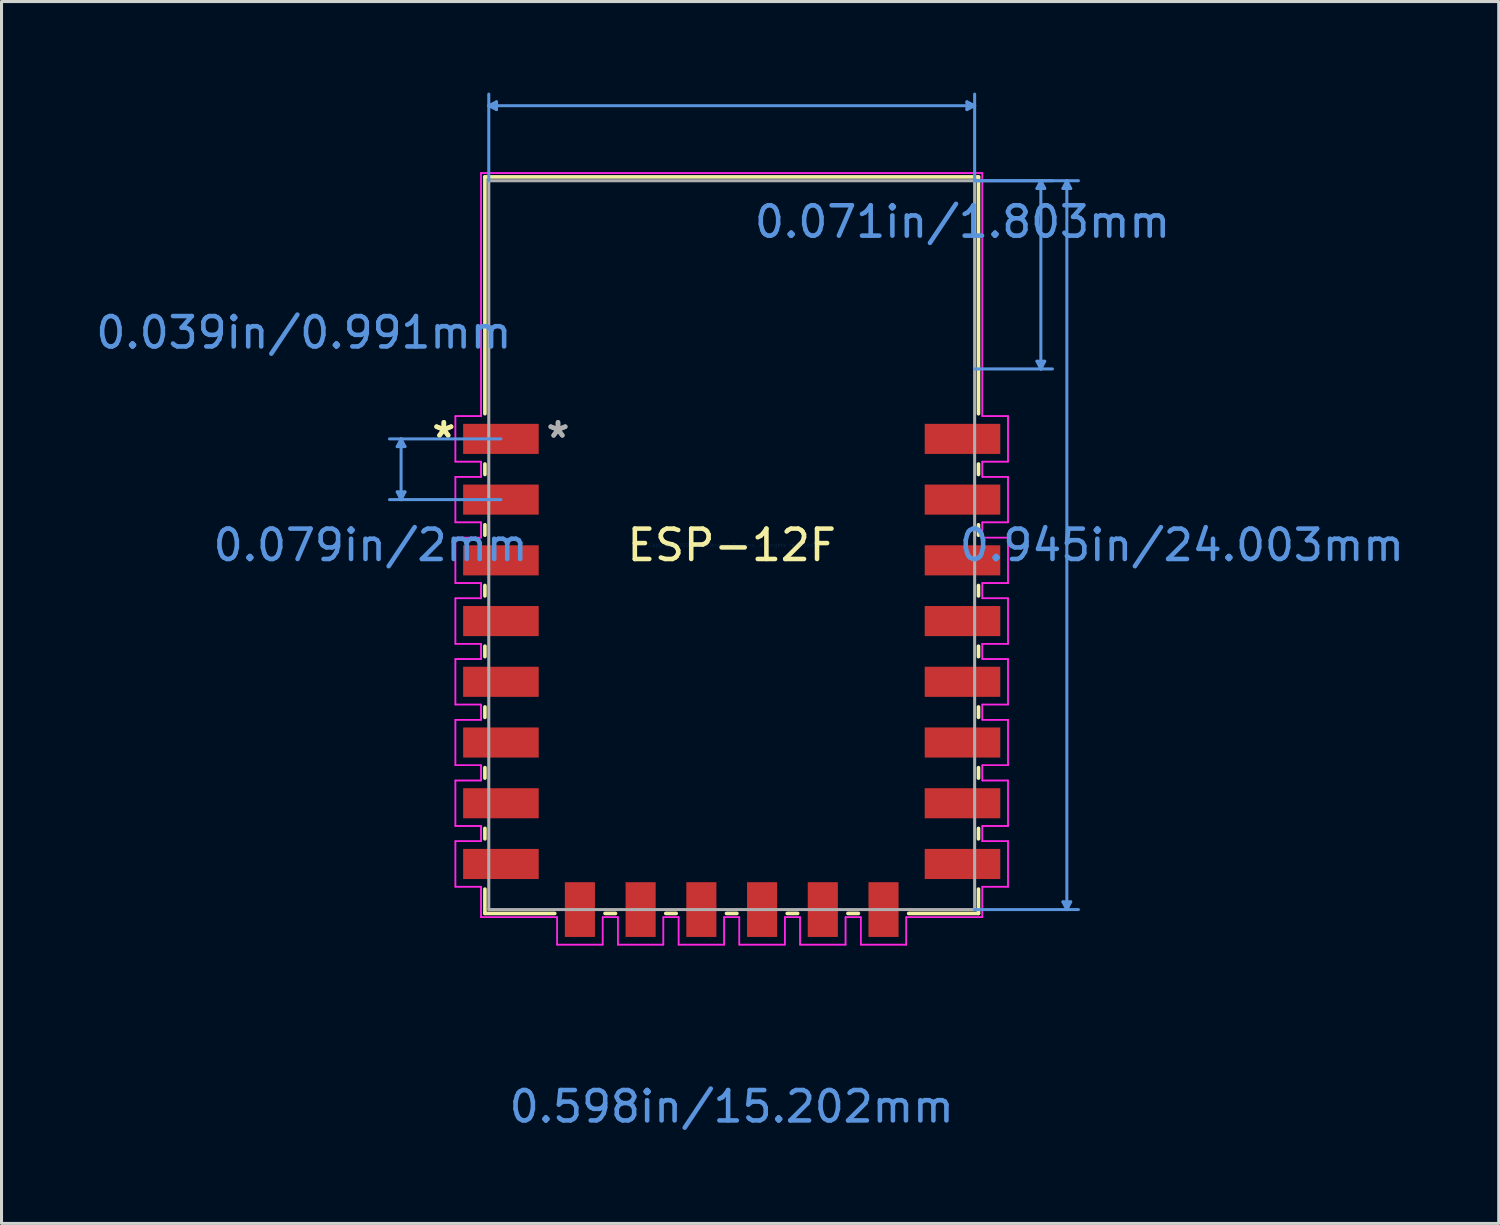
<source format=kicad_pcb>
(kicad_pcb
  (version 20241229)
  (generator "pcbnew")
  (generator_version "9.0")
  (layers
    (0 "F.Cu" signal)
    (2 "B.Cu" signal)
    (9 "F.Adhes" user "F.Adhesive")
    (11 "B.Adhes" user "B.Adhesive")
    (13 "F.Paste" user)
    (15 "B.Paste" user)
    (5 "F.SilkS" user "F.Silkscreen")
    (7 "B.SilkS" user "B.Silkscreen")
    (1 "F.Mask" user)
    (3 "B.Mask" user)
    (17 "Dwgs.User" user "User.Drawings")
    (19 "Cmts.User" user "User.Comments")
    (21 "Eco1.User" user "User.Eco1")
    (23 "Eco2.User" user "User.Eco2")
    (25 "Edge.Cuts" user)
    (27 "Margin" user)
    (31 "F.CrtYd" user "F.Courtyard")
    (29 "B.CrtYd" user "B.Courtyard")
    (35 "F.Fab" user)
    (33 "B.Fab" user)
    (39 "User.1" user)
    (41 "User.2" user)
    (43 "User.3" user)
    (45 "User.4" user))
  (footprint "ESP-12F"
    (layer "F.Cu")
    (at 21.049 14.905)
    (property "Reference" "ESP-12F" (at 0 0 0) (layer "F.SilkS") (effects (font (size 1 1) (thickness 0.15))))
    (attr through_hole)
    (fp_line (start -8.128 -12.129) (end 8.128 -12.129) (stroke (width 0.12) (type solid)) (layer "F.SilkS"))
    (fp_line (start -8.128 -4.328) (end -8.128 -12.129) (stroke (width 0.12) (type solid)) (layer "F.SilkS"))
    (fp_line (start -8.128 -2.328) (end -8.128 -2.672) (stroke (width 0.12) (type solid)) (layer "F.SilkS"))
    (fp_line (start -8.128 -0.328) (end -8.128 -0.672) (stroke (width 0.12) (type solid)) (layer "F.SilkS"))
    (fp_line (start -8.128 1.672) (end -8.128 1.328) (stroke (width 0.12) (type solid)) (layer "F.SilkS"))
    (fp_line (start -8.128 3.672) (end -8.128 3.328) (stroke (width 0.12) (type solid)) (layer "F.SilkS"))
    (fp_line (start -8.128 5.672) (end -8.128 5.328) (stroke (width 0.12) (type solid)) (layer "F.SilkS"))
    (fp_line (start -8.128 7.672) (end -8.128 7.328) (stroke (width 0.12) (type solid)) (layer "F.SilkS"))
    (fp_line (start -8.128 9.672) (end -8.128 9.328) (stroke (width 0.12) (type solid)) (layer "F.SilkS"))
    (fp_line (start -8.128 12.129) (end -8.128 11.328) (stroke (width 0.12) (type solid)) (layer "F.SilkS"))
    (fp_line (start -5.828 12.129) (end -8.128 12.129) (stroke (width 0.12) (type solid)) (layer "F.SilkS"))
    (fp_line (start -3.828 12.129) (end -4.172 12.129) (stroke (width 0.12) (type solid)) (layer "F.SilkS"))
    (fp_line (start -1.828 12.129) (end -2.172 12.129) (stroke (width 0.12) (type solid)) (layer "F.SilkS"))
    (fp_line (start 0.172 12.129) (end -0.172 12.129) (stroke (width 0.12) (type solid)) (layer "F.SilkS"))
    (fp_line (start 2.172 12.129) (end 1.828 12.129) (stroke (width 0.12) (type solid)) (layer "F.SilkS"))
    (fp_line (start 4.172 12.129) (end 3.828 12.129) (stroke (width 0.12) (type solid)) (layer "F.SilkS"))
    (fp_line (start 8.128 -12.129) (end 8.128 -4.328) (stroke (width 0.12) (type solid)) (layer "F.SilkS"))
    (fp_line (start 8.128 -2.672) (end 8.128 -2.328) (stroke (width 0.12) (type solid)) (layer "F.SilkS"))
    (fp_line (start 8.128 -0.672) (end 8.128 -0.328) (stroke (width 0.12) (type solid)) (layer "F.SilkS"))
    (fp_line (start 8.128 1.328) (end 8.128 1.672) (stroke (width 0.12) (type solid)) (layer "F.SilkS"))
    (fp_line (start 8.128 3.328) (end 8.128 3.672) (stroke (width 0.12) (type solid)) (layer "F.SilkS"))
    (fp_line (start 8.128 5.328) (end 8.128 5.672) (stroke (width 0.12) (type solid)) (layer "F.SilkS"))
    (fp_line (start 8.128 7.328) (end 8.128 7.672) (stroke (width 0.12) (type solid)) (layer "F.SilkS"))
    (fp_line (start 8.128 9.328) (end 8.128 9.672) (stroke (width 0.12) (type solid)) (layer "F.SilkS"))
    (fp_line (start 8.128 11.328) (end 8.128 12.129) (stroke (width 0.12) (type solid)) (layer "F.SilkS"))
    (fp_line (start 8.128 12.129) (end 5.828 12.129) (stroke (width 0.12) (type solid)) (layer "F.SilkS"))
    (fp_line (start -11.016 -1.754) (end -10.889 -1.5) (stroke (width 0.1) (type solid)) (layer "Cmts.User"))
    (fp_line (start -11.016 -3.246) (end -10.889 -3.5) (stroke (width 0.1) (type solid)) (layer "Cmts.User"))
    (fp_line (start -11.016 -3.246) (end -10.762 -3.246) (stroke (width 0.1) (type solid)) (layer "Cmts.User"))
    (fp_line (start -10.889 -3.5) (end -10.889 -1.5) (stroke (width 0.1) (type solid)) (layer "Cmts.User"))
    (fp_line (start -10.762 -1.754) (end -11.016 -1.754) (stroke (width 0.1) (type solid)) (layer "Cmts.User"))
    (fp_line (start -10.762 -1.754) (end -10.889 -1.5) (stroke (width 0.1) (type solid)) (layer "Cmts.User"))
    (fp_line (start -10.762 -3.246) (end -10.889 -3.5) (stroke (width 0.1) (type solid)) (layer "Cmts.User"))
    (fp_line (start -8.001 -14.474) (end 8.001 -14.474) (stroke (width 0.1) (type solid)) (layer "Cmts.User"))
    (fp_line (start -8.001 -12.002) (end -8.001 -14.855) (stroke (width 0.1) (type solid)) (layer "Cmts.User"))
    (fp_line (start -7.747 -14.347) (end -8.001 -14.474) (stroke (width 0.1) (type solid)) (layer "Cmts.User"))
    (fp_line (start -7.747 -14.347) (end -7.747 -14.601) (stroke (width 0.1) (type solid)) (layer "Cmts.User"))
    (fp_line (start -7.747 -14.601) (end -8.001 -14.474) (stroke (width 0.1) (type solid)) (layer "Cmts.User"))
    (fp_line (start -7.601 -3.5) (end -11.27 -3.5) (stroke (width 0.1) (type solid)) (layer "Cmts.User"))
    (fp_line (start -7.601 -1.5) (end -11.27 -1.5) (stroke (width 0.1) (type solid)) (layer "Cmts.User"))
    (fp_line (start 7.747 -14.347) (end 8.001 -14.474) (stroke (width 0.1) (type solid)) (layer "Cmts.User"))
    (fp_line (start 7.747 -14.601) (end 7.747 -14.347) (stroke (width 0.1) (type solid)) (layer "Cmts.User"))
    (fp_line (start 7.747 -14.601) (end 8.001 -14.474) (stroke (width 0.1) (type solid)) (layer "Cmts.User"))
    (fp_line (start 8.001 -12.002) (end 8.001 -14.855) (stroke (width 0.1) (type solid)) (layer "Cmts.User"))
    (fp_line (start 8.001 -12.002) (end 10.563 -12.002) (stroke (width 0.1) (type solid)) (layer "Cmts.User"))
    (fp_line (start 8.001 -12.002) (end 11.419 -12.002) (stroke (width 0.1) (type solid)) (layer "Cmts.User"))
    (fp_line (start 8.001 -5.804) (end 10.563 -5.804) (stroke (width 0.1) (type solid)) (layer "Cmts.User"))
    (fp_line (start 8.001 12.002) (end 11.419 12.002) (stroke (width 0.1) (type solid)) (layer "Cmts.User"))
    (fp_line (start 10.055 -6.058) (end 10.182 -5.804) (stroke (width 0.1) (type solid)) (layer "Cmts.User"))
    (fp_line (start 10.055 -11.748) (end 10.182 -12.002) (stroke (width 0.1) (type solid)) (layer "Cmts.User"))
    (fp_line (start 10.055 -11.748) (end 10.309 -11.748) (stroke (width 0.1) (type solid)) (layer "Cmts.User"))
    (fp_line (start 10.182 -12.002) (end 10.182 -5.804) (stroke (width 0.1) (type solid)) (layer "Cmts.User"))
    (fp_line (start 10.309 -6.058) (end 10.055 -6.058) (stroke (width 0.1) (type solid)) (layer "Cmts.User"))
    (fp_line (start 10.309 -6.058) (end 10.182 -5.804) (stroke (width 0.1) (type solid)) (layer "Cmts.User"))
    (fp_line (start 10.309 -11.748) (end 10.182 -12.002) (stroke (width 0.1) (type solid)) (layer "Cmts.User"))
    (fp_line (start 10.911 11.748) (end 11.038 12.002) (stroke (width 0.1) (type solid)) (layer "Cmts.User"))
    (fp_line (start 10.911 -11.748) (end 11.038 -12.002) (stroke (width 0.1) (type solid)) (layer "Cmts.User"))
    (fp_line (start 10.911 -11.748) (end 11.165 -11.748) (stroke (width 0.1) (type solid)) (layer "Cmts.User"))
    (fp_line (start 11.038 -12.002) (end 11.038 12.002) (stroke (width 0.1) (type solid)) (layer "Cmts.User"))
    (fp_line (start 11.165 11.748) (end 10.911 11.748) (stroke (width 0.1) (type solid)) (layer "Cmts.User"))
    (fp_line (start 11.165 11.748) (end 11.038 12.002) (stroke (width 0.1) (type solid)) (layer "Cmts.User"))
    (fp_line (start 11.165 -11.748) (end 11.038 -12.002) (stroke (width 0.1) (type solid)) (layer "Cmts.User"))
    (fp_line (start -9.1 -4.249) (end -9.1 -2.751) (stroke (width 0.05) (type solid)) (layer "F.CrtYd"))
    (fp_line (start -9.1 -4.249) (end -9.1 -2.751) (stroke (width 0.05) (type solid)) (layer "F.CrtYd"))
    (fp_line (start -9.1 -2.751) (end -8.255 -2.751) (stroke (width 0.05) (type solid)) (layer "F.CrtYd"))
    (fp_line (start -9.1 -2.751) (end -8.255 -2.751) (stroke (width 0.05) (type solid)) (layer "F.CrtYd"))
    (fp_line (start -9.1 -2.249) (end -9.1 -0.751) (stroke (width 0.05) (type solid)) (layer "F.CrtYd"))
    (fp_line (start -9.1 -2.249) (end -9.1 -0.751) (stroke (width 0.05) (type solid)) (layer "F.CrtYd"))
    (fp_line (start -9.1 -0.751) (end -8.255 -0.751) (stroke (width 0.05) (type solid)) (layer "F.CrtYd"))
    (fp_line (start -9.1 -0.751) (end -8.255 -0.751) (stroke (width 0.05) (type solid)) (layer "F.CrtYd"))
    (fp_line (start -9.1 -0.249) (end -9.1 1.249) (stroke (width 0.05) (type solid)) (layer "F.CrtYd"))
    (fp_line (start -9.1 -0.249) (end -9.1 1.249) (stroke (width 0.05) (type solid)) (layer "F.CrtYd"))
    (fp_line (start -9.1 1.249) (end -8.255 1.249) (stroke (width 0.05) (type solid)) (layer "F.CrtYd"))
    (fp_line (start -9.1 1.249) (end -8.255 1.249) (stroke (width 0.05) (type solid)) (layer "F.CrtYd"))
    (fp_line (start -9.1 1.751) (end -9.1 3.249) (stroke (width 0.05) (type solid)) (layer "F.CrtYd"))
    (fp_line (start -9.1 1.751) (end -9.1 3.249) (stroke (width 0.05) (type solid)) (layer "F.CrtYd"))
    (fp_line (start -9.1 3.249) (end -8.255 3.249) (stroke (width 0.05) (type solid)) (layer "F.CrtYd"))
    (fp_line (start -9.1 3.249) (end -8.255 3.249) (stroke (width 0.05) (type solid)) (layer "F.CrtYd"))
    (fp_line (start -9.1 3.751) (end -9.1 5.249) (stroke (width 0.05) (type solid)) (layer "F.CrtYd"))
    (fp_line (start -9.1 3.751) (end -9.1 5.249) (stroke (width 0.05) (type solid)) (layer "F.CrtYd"))
    (fp_line (start -9.1 5.249) (end -8.255 5.249) (stroke (width 0.05) (type solid)) (layer "F.CrtYd"))
    (fp_line (start -9.1 5.249) (end -8.255 5.249) (stroke (width 0.05) (type solid)) (layer "F.CrtYd"))
    (fp_line (start -9.1 5.751) (end -9.1 7.249) (stroke (width 0.05) (type solid)) (layer "F.CrtYd"))
    (fp_line (start -9.1 5.751) (end -9.1 7.249) (stroke (width 0.05) (type solid)) (layer "F.CrtYd"))
    (fp_line (start -9.1 7.249) (end -8.255 7.249) (stroke (width 0.05) (type solid)) (layer "F.CrtYd"))
    (fp_line (start -9.1 7.249) (end -8.255 7.249) (stroke (width 0.05) (type solid)) (layer "F.CrtYd"))
    (fp_line (start -9.1 7.751) (end -9.1 9.249) (stroke (width 0.05) (type solid)) (layer "F.CrtYd"))
    (fp_line (start -9.1 7.751) (end -9.1 9.249) (stroke (width 0.05) (type solid)) (layer "F.CrtYd"))
    (fp_line (start -9.1 9.249) (end -8.255 9.249) (stroke (width 0.05) (type solid)) (layer "F.CrtYd"))
    (fp_line (start -9.1 9.249) (end -8.255 9.249) (stroke (width 0.05) (type solid)) (layer "F.CrtYd"))
    (fp_line (start -9.1 9.751) (end -9.1 11.249) (stroke (width 0.05) (type solid)) (layer "F.CrtYd"))
    (fp_line (start -9.1 9.751) (end -9.1 11.249) (stroke (width 0.05) (type solid)) (layer "F.CrtYd"))
    (fp_line (start -9.1 11.249) (end -8.255 11.249) (stroke (width 0.05) (type solid)) (layer "F.CrtYd"))
    (fp_line (start -9.1 11.249) (end -8.255 11.249) (stroke (width 0.05) (type solid)) (layer "F.CrtYd"))
    (fp_line (start -8.255 -12.255) (end -8.255 -4.249) (stroke (width 0.05) (type solid)) (layer "F.CrtYd"))
    (fp_line (start -8.255 -12.255) (end -8.255 -4.249) (stroke (width 0.05) (type solid)) (layer "F.CrtYd"))
    (fp_line (start -8.255 -4.249) (end -9.1 -4.249) (stroke (width 0.05) (type solid)) (layer "F.CrtYd"))
    (fp_line (start -8.255 -4.249) (end -9.1 -4.249) (stroke (width 0.05) (type solid)) (layer "F.CrtYd"))
    (fp_line (start -8.255 -2.751) (end -8.255 -2.249) (stroke (width 0.05) (type solid)) (layer "F.CrtYd"))
    (fp_line (start -8.255 -2.751) (end -8.255 -2.249) (stroke (width 0.05) (type solid)) (layer "F.CrtYd"))
    (fp_line (start -8.255 -2.249) (end -9.1 -2.249) (stroke (width 0.05) (type solid)) (layer "F.CrtYd"))
    (fp_line (start -8.255 -2.249) (end -9.1 -2.249) (stroke (width 0.05) (type solid)) (layer "F.CrtYd"))
    (fp_line (start -8.255 -0.751) (end -8.255 -0.249) (stroke (width 0.05) (type solid)) (layer "F.CrtYd"))
    (fp_line (start -8.255 -0.751) (end -8.255 -0.249) (stroke (width 0.05) (type solid)) (layer "F.CrtYd"))
    (fp_line (start -8.255 -0.249) (end -9.1 -0.249) (stroke (width 0.05) (type solid)) (layer "F.CrtYd"))
    (fp_line (start -8.255 -0.249) (end -9.1 -0.249) (stroke (width 0.05) (type solid)) (layer "F.CrtYd"))
    (fp_line (start -8.255 1.249) (end -8.255 1.751) (stroke (width 0.05) (type solid)) (layer "F.CrtYd"))
    (fp_line (start -8.255 1.249) (end -8.255 1.751) (stroke (width 0.05) (type solid)) (layer "F.CrtYd"))
    (fp_line (start -8.255 1.751) (end -9.1 1.751) (stroke (width 0.05) (type solid)) (layer "F.CrtYd"))
    (fp_line (start -8.255 1.751) (end -9.1 1.751) (stroke (width 0.05) (type solid)) (layer "F.CrtYd"))
    (fp_line (start -8.255 3.249) (end -8.255 3.751) (stroke (width 0.05) (type solid)) (layer "F.CrtYd"))
    (fp_line (start -8.255 3.249) (end -8.255 3.751) (stroke (width 0.05) (type solid)) (layer "F.CrtYd"))
    (fp_line (start -8.255 3.751) (end -9.1 3.751) (stroke (width 0.05) (type solid)) (layer "F.CrtYd"))
    (fp_line (start -8.255 3.751) (end -9.1 3.751) (stroke (width 0.05) (type solid)) (layer "F.CrtYd"))
    (fp_line (start -8.255 5.249) (end -8.255 5.751) (stroke (width 0.05) (type solid)) (layer "F.CrtYd"))
    (fp_line (start -8.255 5.249) (end -8.255 5.751) (stroke (width 0.05) (type solid)) (layer "F.CrtYd"))
    (fp_line (start -8.255 5.751) (end -9.1 5.751) (stroke (width 0.05) (type solid)) (layer "F.CrtYd"))
    (fp_line (start -8.255 5.751) (end -9.1 5.751) (stroke (width 0.05) (type solid)) (layer "F.CrtYd"))
    (fp_line (start -8.255 7.249) (end -8.255 7.751) (stroke (width 0.05) (type solid)) (layer "F.CrtYd"))
    (fp_line (start -8.255 7.249) (end -8.255 7.751) (stroke (width 0.05) (type solid)) (layer "F.CrtYd"))
    (fp_line (start -8.255 7.751) (end -9.1 7.751) (stroke (width 0.05) (type solid)) (layer "F.CrtYd"))
    (fp_line (start -8.255 7.751) (end -9.1 7.751) (stroke (width 0.05) (type solid)) (layer "F.CrtYd"))
    (fp_line (start -8.255 9.249) (end -8.255 9.751) (stroke (width 0.05) (type solid)) (layer "F.CrtYd"))
    (fp_line (start -8.255 9.249) (end -8.255 9.751) (stroke (width 0.05) (type solid)) (layer "F.CrtYd"))
    (fp_line (start -8.255 9.751) (end -9.1 9.751) (stroke (width 0.05) (type solid)) (layer "F.CrtYd"))
    (fp_line (start -8.255 9.751) (end -9.1 9.751) (stroke (width 0.05) (type solid)) (layer "F.CrtYd"))
    (fp_line (start -8.255 11.249) (end -8.255 12.255) (stroke (width 0.05) (type solid)) (layer "F.CrtYd"))
    (fp_line (start -8.255 11.249) (end -8.255 12.255) (stroke (width 0.05) (type solid)) (layer "F.CrtYd"))
    (fp_line (start -8.255 12.255) (end -5.749 12.255) (stroke (width 0.05) (type solid)) (layer "F.CrtYd"))
    (fp_line (start -8.255 12.255) (end -5.749 12.255) (stroke (width 0.05) (type solid)) (layer "F.CrtYd"))
    (fp_line (start -5.749 12.255) (end -5.749 13.157) (stroke (width 0.05) (type solid)) (layer "F.CrtYd"))
    (fp_line (start -5.749 12.255) (end -5.749 13.157) (stroke (width 0.05) (type solid)) (layer "F.CrtYd"))
    (fp_line (start -5.749 13.157) (end -4.251 13.157) (stroke (width 0.05) (type solid)) (layer "F.CrtYd"))
    (fp_line (start -5.749 13.157) (end -4.251 13.157) (stroke (width 0.05) (type solid)) (layer "F.CrtYd"))
    (fp_line (start -4.251 12.255) (end -3.749 12.255) (stroke (width 0.05) (type solid)) (layer "F.CrtYd"))
    (fp_line (start -4.251 12.255) (end -3.749 12.255) (stroke (width 0.05) (type solid)) (layer "F.CrtYd"))
    (fp_line (start -4.251 13.157) (end -4.251 12.255) (stroke (width 0.05) (type solid)) (layer "F.CrtYd"))
    (fp_line (start -4.251 13.157) (end -4.251 12.255) (stroke (width 0.05) (type solid)) (layer "F.CrtYd"))
    (fp_line (start -3.749 12.255) (end -3.749 13.157) (stroke (width 0.05) (type solid)) (layer "F.CrtYd"))
    (fp_line (start -3.749 12.255) (end -3.749 13.157) (stroke (width 0.05) (type solid)) (layer "F.CrtYd"))
    (fp_line (start -3.749 13.157) (end -2.251 13.157) (stroke (width 0.05) (type solid)) (layer "F.CrtYd"))
    (fp_line (start -3.749 13.157) (end -2.251 13.157) (stroke (width 0.05) (type solid)) (layer "F.CrtYd"))
    (fp_line (start -2.251 12.255) (end -1.749 12.255) (stroke (width 0.05) (type solid)) (layer "F.CrtYd"))
    (fp_line (start -2.251 12.255) (end -1.749 12.255) (stroke (width 0.05) (type solid)) (layer "F.CrtYd"))
    (fp_line (start -2.251 13.157) (end -2.251 12.255) (stroke (width 0.05) (type solid)) (layer "F.CrtYd"))
    (fp_line (start -2.251 13.157) (end -2.251 12.255) (stroke (width 0.05) (type solid)) (layer "F.CrtYd"))
    (fp_line (start -1.749 12.255) (end -1.749 13.157) (stroke (width 0.05) (type solid)) (layer "F.CrtYd"))
    (fp_line (start -1.749 12.255) (end -1.749 13.157) (stroke (width 0.05) (type solid)) (layer "F.CrtYd"))
    (fp_line (start -1.749 13.157) (end -0.251 13.157) (stroke (width 0.05) (type solid)) (layer "F.CrtYd"))
    (fp_line (start -1.749 13.157) (end -0.251 13.157) (stroke (width 0.05) (type solid)) (layer "F.CrtYd"))
    (fp_line (start -0.251 12.255) (end 0.251 12.255) (stroke (width 0.05) (type solid)) (layer "F.CrtYd"))
    (fp_line (start -0.251 12.255) (end 0.251 12.255) (stroke (width 0.05) (type solid)) (layer "F.CrtYd"))
    (fp_line (start -0.251 13.157) (end -0.251 12.255) (stroke (width 0.05) (type solid)) (layer "F.CrtYd"))
    (fp_line (start -0.251 13.157) (end -0.251 12.255) (stroke (width 0.05) (type solid)) (layer "F.CrtYd"))
    (fp_line (start 0.251 12.255) (end 0.251 13.157) (stroke (width 0.05) (type solid)) (layer "F.CrtYd"))
    (fp_line (start 0.251 12.255) (end 0.251 13.157) (stroke (width 0.05) (type solid)) (layer "F.CrtYd"))
    (fp_line (start 0.251 13.157) (end 1.749 13.157) (stroke (width 0.05) (type solid)) (layer "F.CrtYd"))
    (fp_line (start 0.251 13.157) (end 1.749 13.157) (stroke (width 0.05) (type solid)) (layer "F.CrtYd"))
    (fp_line (start 1.749 12.255) (end 2.251 12.255) (stroke (width 0.05) (type solid)) (layer "F.CrtYd"))
    (fp_line (start 1.749 12.255) (end 2.251 12.255) (stroke (width 0.05) (type solid)) (layer "F.CrtYd"))
    (fp_line (start 1.749 13.157) (end 1.749 12.255) (stroke (width 0.05) (type solid)) (layer "F.CrtYd"))
    (fp_line (start 1.749 13.157) (end 1.749 12.255) (stroke (width 0.05) (type solid)) (layer "F.CrtYd"))
    (fp_line (start 2.251 12.255) (end 2.251 13.157) (stroke (width 0.05) (type solid)) (layer "F.CrtYd"))
    (fp_line (start 2.251 12.255) (end 2.251 13.157) (stroke (width 0.05) (type solid)) (layer "F.CrtYd"))
    (fp_line (start 2.251 13.157) (end 3.749 13.157) (stroke (width 0.05) (type solid)) (layer "F.CrtYd"))
    (fp_line (start 2.251 13.157) (end 3.749 13.157) (stroke (width 0.05) (type solid)) (layer "F.CrtYd"))
    (fp_line (start 3.749 12.255) (end 4.251 12.255) (stroke (width 0.05) (type solid)) (layer "F.CrtYd"))
    (fp_line (start 3.749 12.255) (end 4.251 12.255) (stroke (width 0.05) (type solid)) (layer "F.CrtYd"))
    (fp_line (start 3.749 13.157) (end 3.749 12.255) (stroke (width 0.05) (type solid)) (layer "F.CrtYd"))
    (fp_line (start 3.749 13.157) (end 3.749 12.255) (stroke (width 0.05) (type solid)) (layer "F.CrtYd"))
    (fp_line (start 4.251 12.255) (end 4.251 13.157) (stroke (width 0.05) (type solid)) (layer "F.CrtYd"))
    (fp_line (start 4.251 12.255) (end 4.251 13.157) (stroke (width 0.05) (type solid)) (layer "F.CrtYd"))
    (fp_line (start 4.251 13.157) (end 5.749 13.157) (stroke (width 0.05) (type solid)) (layer "F.CrtYd"))
    (fp_line (start 4.251 13.157) (end 5.749 13.157) (stroke (width 0.05) (type solid)) (layer "F.CrtYd"))
    (fp_line (start 5.749 12.255) (end 8.255 12.255) (stroke (width 0.05) (type solid)) (layer "F.CrtYd"))
    (fp_line (start 5.749 12.255) (end 8.255 12.255) (stroke (width 0.05) (type solid)) (layer "F.CrtYd"))
    (fp_line (start 5.749 13.157) (end 5.749 12.255) (stroke (width 0.05) (type solid)) (layer "F.CrtYd"))
    (fp_line (start 5.749 13.157) (end 5.749 12.255) (stroke (width 0.05) (type solid)) (layer "F.CrtYd"))
    (fp_line (start 8.255 -12.255) (end -8.255 -12.255) (stroke (width 0.05) (type solid)) (layer "F.CrtYd"))
    (fp_line (start 8.255 -12.255) (end -8.255 -12.255) (stroke (width 0.05) (type solid)) (layer "F.CrtYd"))
    (fp_line (start 8.255 -4.249) (end 8.255 -12.255) (stroke (width 0.05) (type solid)) (layer "F.CrtYd"))
    (fp_line (start 8.255 -4.249) (end 8.255 -12.255) (stroke (width 0.05) (type solid)) (layer "F.CrtYd"))
    (fp_line (start 8.255 -2.751) (end 9.1 -2.751) (stroke (width 0.05) (type solid)) (layer "F.CrtYd"))
    (fp_line (start 8.255 -2.751) (end 9.1 -2.751) (stroke (width 0.05) (type solid)) (layer "F.CrtYd"))
    (fp_line (start 8.255 -2.249) (end 8.255 -2.751) (stroke (width 0.05) (type solid)) (layer "F.CrtYd"))
    (fp_line (start 8.255 -2.249) (end 8.255 -2.751) (stroke (width 0.05) (type solid)) (layer "F.CrtYd"))
    (fp_line (start 8.255 -0.751) (end 9.1 -0.751) (stroke (width 0.05) (type solid)) (layer "F.CrtYd"))
    (fp_line (start 8.255 -0.751) (end 9.1 -0.751) (stroke (width 0.05) (type solid)) (layer "F.CrtYd"))
    (fp_line (start 8.255 -0.249) (end 8.255 -0.751) (stroke (width 0.05) (type solid)) (layer "F.CrtYd"))
    (fp_line (start 8.255 -0.249) (end 8.255 -0.751) (stroke (width 0.05) (type solid)) (layer "F.CrtYd"))
    (fp_line (start 8.255 1.249) (end 9.1 1.249) (stroke (width 0.05) (type solid)) (layer "F.CrtYd"))
    (fp_line (start 8.255 1.249) (end 9.1 1.249) (stroke (width 0.05) (type solid)) (layer "F.CrtYd"))
    (fp_line (start 8.255 1.751) (end 8.255 1.249) (stroke (width 0.05) (type solid)) (layer "F.CrtYd"))
    (fp_line (start 8.255 1.751) (end 8.255 1.249) (stroke (width 0.05) (type solid)) (layer "F.CrtYd"))
    (fp_line (start 8.255 3.249) (end 9.1 3.249) (stroke (width 0.05) (type solid)) (layer "F.CrtYd"))
    (fp_line (start 8.255 3.249) (end 9.1 3.249) (stroke (width 0.05) (type solid)) (layer "F.CrtYd"))
    (fp_line (start 8.255 3.751) (end 8.255 3.249) (stroke (width 0.05) (type solid)) (layer "F.CrtYd"))
    (fp_line (start 8.255 3.751) (end 8.255 3.249) (stroke (width 0.05) (type solid)) (layer "F.CrtYd"))
    (fp_line (start 8.255 5.249) (end 9.1 5.249) (stroke (width 0.05) (type solid)) (layer "F.CrtYd"))
    (fp_line (start 8.255 5.249) (end 9.1 5.249) (stroke (width 0.05) (type solid)) (layer "F.CrtYd"))
    (fp_line (start 8.255 5.751) (end 8.255 5.249) (stroke (width 0.05) (type solid)) (layer "F.CrtYd"))
    (fp_line (start 8.255 5.751) (end 8.255 5.249) (stroke (width 0.05) (type solid)) (layer "F.CrtYd"))
    (fp_line (start 8.255 7.249) (end 9.1 7.249) (stroke (width 0.05) (type solid)) (layer "F.CrtYd"))
    (fp_line (start 8.255 7.249) (end 9.1 7.249) (stroke (width 0.05) (type solid)) (layer "F.CrtYd"))
    (fp_line (start 8.255 7.751) (end 8.255 7.249) (stroke (width 0.05) (type solid)) (layer "F.CrtYd"))
    (fp_line (start 8.255 7.751) (end 8.255 7.249) (stroke (width 0.05) (type solid)) (layer "F.CrtYd"))
    (fp_line (start 8.255 9.249) (end 9.1 9.249) (stroke (width 0.05) (type solid)) (layer "F.CrtYd"))
    (fp_line (start 8.255 9.249) (end 9.1 9.249) (stroke (width 0.05) (type solid)) (layer "F.CrtYd"))
    (fp_line (start 8.255 9.751) (end 8.255 9.249) (stroke (width 0.05) (type solid)) (layer "F.CrtYd"))
    (fp_line (start 8.255 9.751) (end 8.255 9.249) (stroke (width 0.05) (type solid)) (layer "F.CrtYd"))
    (fp_line (start 8.255 11.249) (end 9.1 11.249) (stroke (width 0.05) (type solid)) (layer "F.CrtYd"))
    (fp_line (start 8.255 11.249) (end 9.1 11.249) (stroke (width 0.05) (type solid)) (layer "F.CrtYd"))
    (fp_line (start 8.255 12.255) (end 8.255 11.249) (stroke (width 0.05) (type solid)) (layer "F.CrtYd"))
    (fp_line (start 8.255 12.255) (end 8.255 11.249) (stroke (width 0.05) (type solid)) (layer "F.CrtYd"))
    (fp_line (start 9.1 -4.249) (end 8.255 -4.249) (stroke (width 0.05) (type solid)) (layer "F.CrtYd"))
    (fp_line (start 9.1 -4.249) (end 8.255 -4.249) (stroke (width 0.05) (type solid)) (layer "F.CrtYd"))
    (fp_line (start 9.1 -2.751) (end 9.1 -4.249) (stroke (width 0.05) (type solid)) (layer "F.CrtYd"))
    (fp_line (start 9.1 -2.751) (end 9.1 -4.249) (stroke (width 0.05) (type solid)) (layer "F.CrtYd"))
    (fp_line (start 9.1 -2.249) (end 8.255 -2.249) (stroke (width 0.05) (type solid)) (layer "F.CrtYd"))
    (fp_line (start 9.1 -2.249) (end 8.255 -2.249) (stroke (width 0.05) (type solid)) (layer "F.CrtYd"))
    (fp_line (start 9.1 -0.751) (end 9.1 -2.249) (stroke (width 0.05) (type solid)) (layer "F.CrtYd"))
    (fp_line (start 9.1 -0.751) (end 9.1 -2.249) (stroke (width 0.05) (type solid)) (layer "F.CrtYd"))
    (fp_line (start 9.1 -0.249) (end 8.255 -0.249) (stroke (width 0.05) (type solid)) (layer "F.CrtYd"))
    (fp_line (start 9.1 -0.249) (end 8.255 -0.249) (stroke (width 0.05) (type solid)) (layer "F.CrtYd"))
    (fp_line (start 9.1 1.249) (end 9.1 -0.249) (stroke (width 0.05) (type solid)) (layer "F.CrtYd"))
    (fp_line (start 9.1 1.249) (end 9.1 -0.249) (stroke (width 0.05) (type solid)) (layer "F.CrtYd"))
    (fp_line (start 9.1 1.751) (end 8.255 1.751) (stroke (width 0.05) (type solid)) (layer "F.CrtYd"))
    (fp_line (start 9.1 1.751) (end 8.255 1.751) (stroke (width 0.05) (type solid)) (layer "F.CrtYd"))
    (fp_line (start 9.1 3.249) (end 9.1 1.751) (stroke (width 0.05) (type solid)) (layer "F.CrtYd"))
    (fp_line (start 9.1 3.249) (end 9.1 1.751) (stroke (width 0.05) (type solid)) (layer "F.CrtYd"))
    (fp_line (start 9.1 3.751) (end 8.255 3.751) (stroke (width 0.05) (type solid)) (layer "F.CrtYd"))
    (fp_line (start 9.1 3.751) (end 8.255 3.751) (stroke (width 0.05) (type solid)) (layer "F.CrtYd"))
    (fp_line (start 9.1 5.249) (end 9.1 3.751) (stroke (width 0.05) (type solid)) (layer "F.CrtYd"))
    (fp_line (start 9.1 5.249) (end 9.1 3.751) (stroke (width 0.05) (type solid)) (layer "F.CrtYd"))
    (fp_line (start 9.1 5.751) (end 8.255 5.751) (stroke (width 0.05) (type solid)) (layer "F.CrtYd"))
    (fp_line (start 9.1 5.751) (end 8.255 5.751) (stroke (width 0.05) (type solid)) (layer "F.CrtYd"))
    (fp_line (start 9.1 7.249) (end 9.1 5.751) (stroke (width 0.05) (type solid)) (layer "F.CrtYd"))
    (fp_line (start 9.1 7.249) (end 9.1 5.751) (stroke (width 0.05) (type solid)) (layer "F.CrtYd"))
    (fp_line (start 9.1 7.751) (end 8.255 7.751) (stroke (width 0.05) (type solid)) (layer "F.CrtYd"))
    (fp_line (start 9.1 7.751) (end 8.255 7.751) (stroke (width 0.05) (type solid)) (layer "F.CrtYd"))
    (fp_line (start 9.1 9.249) (end 9.1 7.751) (stroke (width 0.05) (type solid)) (layer "F.CrtYd"))
    (fp_line (start 9.1 9.249) (end 9.1 7.751) (stroke (width 0.05) (type solid)) (layer "F.CrtYd"))
    (fp_line (start 9.1 9.751) (end 8.255 9.751) (stroke (width 0.05) (type solid)) (layer "F.CrtYd"))
    (fp_line (start 9.1 9.751) (end 8.255 9.751) (stroke (width 0.05) (type solid)) (layer "F.CrtYd"))
    (fp_line (start 9.1 11.249) (end 9.1 9.751) (stroke (width 0.05) (type solid)) (layer "F.CrtYd"))
    (fp_line (start 9.1 11.249) (end 9.1 9.751) (stroke (width 0.05) (type solid)) (layer "F.CrtYd"))
    (fp_line (start -8.001 -12.002) (end -8.001 12.002) (stroke (width 0.1) (type solid)) (layer "F.Fab"))
    (fp_line (start -8.001 12.002) (end 8.001 12.002) (stroke (width 0.1) (type solid)) (layer "F.Fab"))
    (fp_line (start 8.001 -12.002) (end -8.001 -12.002) (stroke (width 0.1) (type solid)) (layer "F.Fab"))
    (fp_line (start 8.001 12.002) (end 8.001 -12.002) (stroke (width 0.1) (type solid)) (layer "F.Fab"))
    (fp_text user "*" (at -9.481 -3.5 0) (layer "F.SilkS") (effects (font (size 1 1) (thickness 0.15))))
    (fp_text user "*" (at -9.481 -3.5 0) (layer "F.SilkS") (effects (font (size 1 1) (thickness 0.15))))
    (fp_text user "0.039in/0.991mm" (at -14.091 -7 0) (layer "Cmts.User") (effects (font (size 1 1) (thickness 0.15))))
    (fp_text user "Copyright 2021 Accelerated Designs. All rights reserved." (at 0 0 0) (layer "Cmts.User") (effects (font (size 0.127 0.127) (thickness 0.002))))
    (fp_text user "0.598in/15.202mm" (at 0 18.491 0) (layer "Cmts.User") (effects (font (size 1 1) (thickness 0.15))))
    (fp_text user "0.079in/2mm" (at -11.894 0 0) (layer "Cmts.User") (effects (font (size 1 1) (thickness 0.15))))
    (fp_text user "0.945in/24.003mm" (at 14.827 0 0) (layer "Cmts.User") (effects (font (size 1 1) (thickness 0.15))))
    (fp_text user "0.071in/1.803mm" (at 7.601 -10.649 0) (layer "Cmts.User") (effects (font (size 1 1) (thickness 0.15))))
    (fp_text user "*" (at -5.721 -3.5 0) (layer "F.Fab") (effects (font (size 1 1) (thickness 0.15))))
    (fp_text user "*" (at -5.721 -3.5 0) (layer "F.Fab") (effects (font (size 1 1) (thickness 0.15))))
    (pad "1" smd rect (at -7.601 -3.5) (size 2.489 0.991) (layers "F.Cu" "F.Mask" "F.Paste"))
    (pad "2" smd rect (at -7.601 -1.5) (size 2.489 0.991) (layers "F.Cu" "F.Mask" "F.Paste"))
    (pad "3" smd rect (at -7.601 0.5) (size 2.489 0.991) (layers "F.Cu" "F.Mask" "F.Paste"))
    (pad "4" smd rect (at -7.601 2.5) (size 2.489 0.991) (layers "F.Cu" "F.Mask" "F.Paste"))
    (pad "5" smd rect (at -7.601 4.5) (size 2.489 0.991) (layers "F.Cu" "F.Mask" "F.Paste"))
    (pad "6" smd rect (at -7.601 6.5) (size 2.489 0.991) (layers "F.Cu" "F.Mask" "F.Paste"))
    (pad "7" smd rect (at -7.601 8.5) (size 2.489 0.991) (layers "F.Cu" "F.Mask" "F.Paste"))
    (pad "8" smd rect (at -7.601 10.5) (size 2.489 0.991) (layers "F.Cu" "F.Mask" "F.Paste"))
    (pad "9" smd rect (at -5 12.002 90) (size 1.803 0.991) (layers "F.Cu" "F.Mask" "F.Paste"))
    (pad "10" smd rect (at -3 12.002 90) (size 1.803 0.991) (layers "F.Cu" "F.Mask" "F.Paste"))
    (pad "11" smd rect (at -1 12.002 90) (size 1.803 0.991) (layers "F.Cu" "F.Mask" "F.Paste"))
    (pad "12" smd rect (at 1 12.002 90) (size 1.803 0.991) (layers "F.Cu" "F.Mask" "F.Paste"))
    (pad "13" smd rect (at 3 12.002 90) (size 1.803 0.991) (layers "F.Cu" "F.Mask" "F.Paste"))
    (pad "14" smd rect (at 5 12.002 90) (size 1.803 0.991) (layers "F.Cu" "F.Mask" "F.Paste"))
    (pad "15" smd rect (at 7.601 10.5) (size 2.489 0.991) (layers "F.Cu" "F.Mask" "F.Paste"))
    (pad "16" smd rect (at 7.601 8.5) (size 2.489 0.991) (layers "F.Cu" "F.Mask" "F.Paste"))
    (pad "17" smd rect (at 7.601 6.5) (size 2.489 0.991) (layers "F.Cu" "F.Mask" "F.Paste"))
    (pad "18" smd rect (at 7.601 4.5) (size 2.489 0.991) (layers "F.Cu" "F.Mask" "F.Paste"))
    (pad "19" smd rect (at 7.601 2.5) (size 2.489 0.991) (layers "F.Cu" "F.Mask" "F.Paste"))
    (pad "20" smd rect (at 7.601 0.5) (size 2.489 0.991) (layers "F.Cu" "F.Mask" "F.Paste"))
    (pad "21" smd rect (at 7.601 -1.5) (size 2.489 0.991) (layers "F.Cu" "F.Mask" "F.Paste"))
    (pad "22" smd rect (at 7.601 -3.5) (size 2.489 0.991) (layers "F.Cu" "F.Mask" "F.Paste")))
  (gr_rect
    (start -3 -3)
    (end 46.311 37.244)
    (stroke (width 0.1) (type default))
    (fill no)
    (layer "Edge.Cuts")))
</source>
